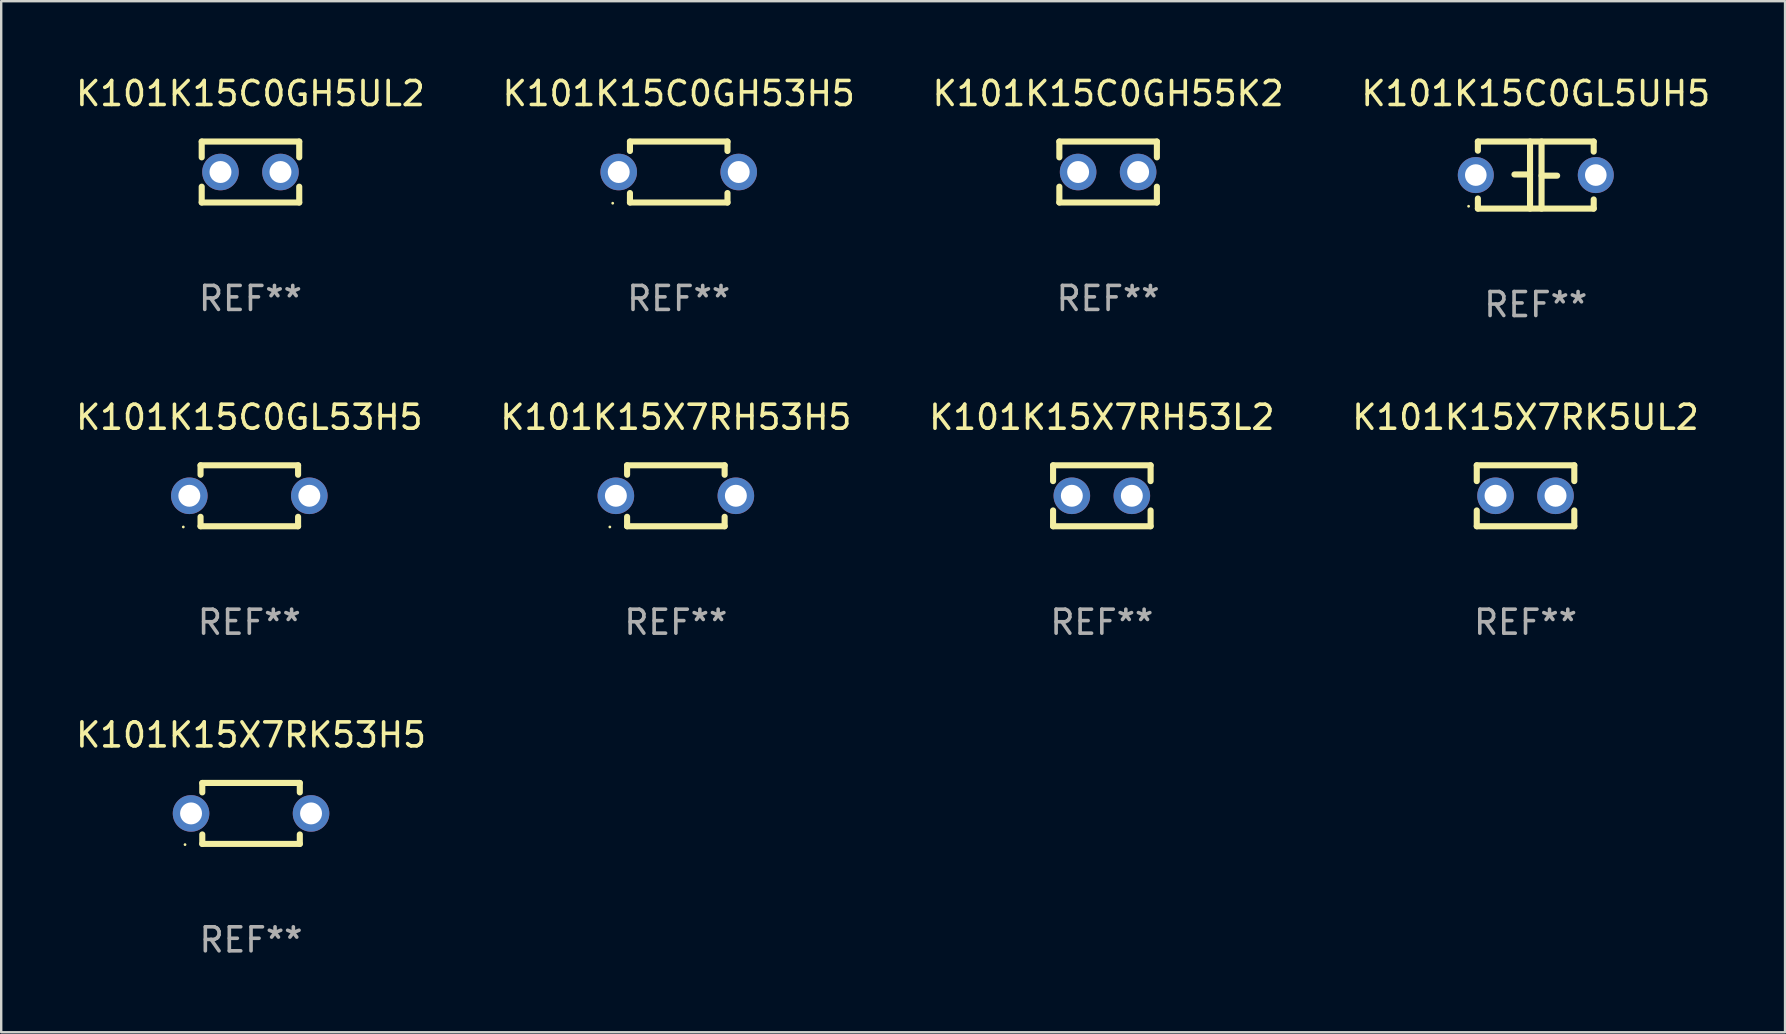
<source format=kicad_pcb>
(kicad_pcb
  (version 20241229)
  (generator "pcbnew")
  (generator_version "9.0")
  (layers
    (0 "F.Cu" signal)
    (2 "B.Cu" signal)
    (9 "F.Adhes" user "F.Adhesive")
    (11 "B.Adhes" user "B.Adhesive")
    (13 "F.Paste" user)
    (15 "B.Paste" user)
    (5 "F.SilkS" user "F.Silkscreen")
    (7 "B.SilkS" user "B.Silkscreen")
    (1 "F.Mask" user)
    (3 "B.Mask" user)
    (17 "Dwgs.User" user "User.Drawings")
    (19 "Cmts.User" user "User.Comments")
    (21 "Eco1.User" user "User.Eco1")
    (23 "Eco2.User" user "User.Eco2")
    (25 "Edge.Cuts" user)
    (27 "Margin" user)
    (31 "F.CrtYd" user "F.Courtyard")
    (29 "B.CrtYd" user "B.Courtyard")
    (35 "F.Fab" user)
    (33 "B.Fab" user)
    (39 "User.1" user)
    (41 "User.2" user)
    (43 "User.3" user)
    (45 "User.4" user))
  (footprint "K101K15C0GH5UL2"
    (layer "F.Cu")
    (at 7.387 4.118)
    (property "Reference" "K101K15C0GH5UL2" (at 0 -3.27 0) (layer "F.SilkS") (effects (font (size 1 1) (thickness 0.15))))
    (attr through_hole)
    (fp_line (start -2.032 -1.27) (end -2.032 -0.611) (stroke (width 0.254) (type solid)) (layer "F.SilkS"))
    (fp_line (start -2.032 0.611) (end -2.032 1.27) (stroke (width 0.254) (type solid)) (layer "F.SilkS"))
    (fp_line (start -2.032 1.27) (end 2.032 1.27) (stroke (width 0.254) (type solid)) (layer "F.SilkS"))
    (fp_line (start 2.032 -1.27) (end -2.032 -1.27) (stroke (width 0.254) (type solid)) (layer "F.SilkS"))
    (fp_line (start 2.032 -0.611) (end 2.032 -1.27) (stroke (width 0.254) (type solid)) (layer "F.SilkS"))
    (fp_line (start 2.032 1.27) (end 2.032 0.611) (stroke (width 0.254) (type solid)) (layer "F.SilkS"))
    (fp_circle (center -2 1.3) (end -1.97 1.3) (stroke (width 0.06) (type solid)) (fill no) (layer "F.SilkS"))
    (fp_text user "REF**" (at 0 5.27 0) (layer "F.Fab") (effects (font (size 1 1) (thickness 0.15))))
    (pad "1" thru_hole circle (at -1.25 0) (size 1.524 1.524) (drill 0.914) (layers "*.Cu" "*.Mask"))
    (pad "2" thru_hole circle (at 1.25 0) (size 1.524 1.524) (drill 0.914) (layers "*.Cu" "*.Mask")))
  (footprint "K101K15C0GL53H5"
    (layer "F.Cu")
    (at 7.339 17.609)
    (property "Reference" "K101K15C0GL53H5" (at 0 -3.27 0) (layer "F.SilkS") (effects (font (size 1 1) (thickness 0.15))))
    (attr through_hole)
    (fp_line (start -2.032 -1.27) (end -2.032 -0.876) (stroke (width 0.254) (type solid)) (layer "F.SilkS"))
    (fp_line (start -2.032 0.876) (end -2.032 1.27) (stroke (width 0.254) (type solid)) (layer "F.SilkS"))
    (fp_line (start -2.032 1.27) (end 2.032 1.27) (stroke (width 0.254) (type solid)) (layer "F.SilkS"))
    (fp_line (start 2.032 -1.27) (end -2.032 -1.27) (stroke (width 0.254) (type solid)) (layer "F.SilkS"))
    (fp_line (start 2.032 -0.876) (end 2.032 -1.27) (stroke (width 0.254) (type solid)) (layer "F.SilkS"))
    (fp_line (start 2.032 1.27) (end 2.032 0.876) (stroke (width 0.254) (type solid)) (layer "F.SilkS"))
    (fp_circle (center -2.751 1.3) (end -2.721 1.3) (stroke (width 0.06) (type solid)) (fill no) (layer "F.SilkS"))
    (fp_text user "REF**" (at 0 5.27 0) (layer "F.Fab") (effects (font (size 1 1) (thickness 0.15))))
    (pad "1" thru_hole circle (at -2.5 0) (size 1.524 1.524) (drill 0.914) (layers "*.Cu" "*.Mask"))
    (pad "2" thru_hole circle (at 2.5 0) (size 1.524 1.524) (drill 0.914) (layers "*.Cu" "*.Mask")))
  (footprint "K101K15X7RK53H5"
    (layer "F.Cu")
    (at 7.411 30.845)
    (property "Reference" "K101K15X7RK53H5" (at 0 -3.27 0) (layer "F.SilkS") (effects (font (size 1 1) (thickness 0.15))))
    (attr through_hole)
    (fp_line (start -2.032 -1.27) (end -2.032 -0.876) (stroke (width 0.254) (type solid)) (layer "F.SilkS"))
    (fp_line (start -2.032 0.876) (end -2.032 1.27) (stroke (width 0.254) (type solid)) (layer "F.SilkS"))
    (fp_line (start -2.032 1.27) (end 2.032 1.27) (stroke (width 0.254) (type solid)) (layer "F.SilkS"))
    (fp_line (start 2.032 -1.27) (end -2.032 -1.27) (stroke (width 0.254) (type solid)) (layer "F.SilkS"))
    (fp_line (start 2.032 -0.876) (end 2.032 -1.27) (stroke (width 0.254) (type solid)) (layer "F.SilkS"))
    (fp_line (start 2.032 1.27) (end 2.032 0.876) (stroke (width 0.254) (type solid)) (layer "F.SilkS"))
    (fp_circle (center -2.751 1.3) (end -2.721 1.3) (stroke (width 0.06) (type solid)) (fill no) (layer "F.SilkS"))
    (fp_text user "REF**" (at 0 5.27 0) (layer "F.Fab") (effects (font (size 1 1) (thickness 0.15))))
    (pad "1" thru_hole circle (at -2.5 0) (size 1.524 1.524) (drill 0.914) (layers "*.Cu" "*.Mask"))
    (pad "2" thru_hole circle (at 2.5 0) (size 1.524 1.524) (drill 0.914) (layers "*.Cu" "*.Mask")))
  (footprint "K101K15X7RK5UL2"
    (layer "F.Cu")
    (at 60.518 17.609)
    (property "Reference" "K101K15X7RK5UL2" (at 0 -3.27 0) (layer "F.SilkS") (effects (font (size 1 1) (thickness 0.15))))
    (attr through_hole)
    (fp_line (start -2.032 -1.27) (end -2.032 -0.611) (stroke (width 0.254) (type solid)) (layer "F.SilkS"))
    (fp_line (start -2.032 0.611) (end -2.032 1.27) (stroke (width 0.254) (type solid)) (layer "F.SilkS"))
    (fp_line (start -2.032 1.27) (end 2.032 1.27) (stroke (width 0.254) (type solid)) (layer "F.SilkS"))
    (fp_line (start 2.032 -1.27) (end -2.032 -1.27) (stroke (width 0.254) (type solid)) (layer "F.SilkS"))
    (fp_line (start 2.032 -0.611) (end 2.032 -1.27) (stroke (width 0.254) (type solid)) (layer "F.SilkS"))
    (fp_line (start 2.032 1.27) (end 2.032 0.611) (stroke (width 0.254) (type solid)) (layer "F.SilkS"))
    (fp_circle (center -2 1.3) (end -1.97 1.3) (stroke (width 0.06) (type solid)) (fill no) (layer "F.SilkS"))
    (fp_text user "REF**" (at 0 5.27 0) (layer "F.Fab") (effects (font (size 1 1) (thickness 0.15))))
    (pad "1" thru_hole circle (at -1.25 0) (size 1.524 1.524) (drill 0.914) (layers "*.Cu" "*.Mask"))
    (pad "2" thru_hole circle (at 1.25 0) (size 1.524 1.524) (drill 0.914) (layers "*.Cu" "*.Mask")))
  (footprint "K101K15C0GH53H5"
    (layer "F.Cu")
    (at 25.232 4.118)
    (property "Reference" "K101K15C0GH53H5" (at 0 -3.27 0) (layer "F.SilkS") (effects (font (size 1 1) (thickness 0.15))))
    (attr through_hole)
    (fp_line (start -2.032 -1.27) (end -2.032 -0.876) (stroke (width 0.254) (type solid)) (layer "F.SilkS"))
    (fp_line (start -2.032 0.876) (end -2.032 1.27) (stroke (width 0.254) (type solid)) (layer "F.SilkS"))
    (fp_line (start -2.032 1.27) (end 2.032 1.27) (stroke (width 0.254) (type solid)) (layer "F.SilkS"))
    (fp_line (start 2.032 -1.27) (end -2.032 -1.27) (stroke (width 0.254) (type solid)) (layer "F.SilkS"))
    (fp_line (start 2.032 -0.876) (end 2.032 -1.27) (stroke (width 0.254) (type solid)) (layer "F.SilkS"))
    (fp_line (start 2.032 1.27) (end 2.032 0.876) (stroke (width 0.254) (type solid)) (layer "F.SilkS"))
    (fp_circle (center -2.751 1.3) (end -2.721 1.3) (stroke (width 0.06) (type solid)) (fill no) (layer "F.SilkS"))
    (fp_text user "REF**" (at 0 5.27 0) (layer "F.Fab") (effects (font (size 1 1) (thickness 0.15))))
    (pad "1" thru_hole circle (at -2.5 0) (size 1.524 1.524) (drill 0.914) (layers "*.Cu" "*.Mask"))
    (pad "2" thru_hole circle (at 2.5 0) (size 1.524 1.524) (drill 0.914) (layers "*.Cu" "*.Mask")))
  (footprint "K101K15C0GL5UH5"
    (layer "F.Cu")
    (at 60.946 4.245)
    (property "Reference" "K101K15C0GL5UH5" (at 0 -3.397 0) (layer "F.SilkS") (effects (font (size 1 1) (thickness 0.15))))
    (attr through_hole)
    (fp_line (start -2.413 -1.397) (end 2.413 -1.397) (stroke (width 0.254) (type solid)) (layer "F.SilkS"))
    (fp_line (start -2.413 -1.016) (end -2.413 -1.397) (stroke (width 0.254) (type solid)) (layer "F.SilkS"))
    (fp_line (start -2.413 0.977) (end -2.413 1.397) (stroke (width 0.254) (type solid)) (layer "F.SilkS"))
    (fp_line (start -0.24 -0.025) (end -0.889 -0.025) (stroke (width 0.254) (type solid)) (layer "F.SilkS"))
    (fp_line (start -0.24 1.397) (end -0.24 -1.397) (stroke (width 0.254) (type solid)) (layer "F.SilkS"))
    (fp_line (start 0.24 -1.397) (end 0.24 1.397) (stroke (width 0.254) (type solid)) (layer "F.SilkS"))
    (fp_line (start 0.24 0.025) (end 0.889 0.025) (stroke (width 0.254) (type solid)) (layer "F.SilkS"))
    (fp_line (start 2.413 -0.977) (end 2.413 -1.397) (stroke (width 0.254) (type solid)) (layer "F.SilkS"))
    (fp_line (start 2.413 1.016) (end 2.413 1.397) (stroke (width 0.254) (type solid)) (layer "F.SilkS"))
    (fp_line (start 2.413 1.397) (end -2.413 1.397) (stroke (width 0.254) (type solid)) (layer "F.SilkS"))
    (fp_circle (center -2.8 1.3) (end -2.77 1.3) (stroke (width 0.06) (type solid)) (fill no) (layer "F.SilkS"))
    (fp_text user "REF**" (at 0 5.397 0) (layer "F.Fab") (effects (font (size 1 1) (thickness 0.15))))
    (pad "1" thru_hole circle (at -2.5 0) (size 1.5 1.5) (drill 0.9) (layers "*.Cu" "*.Mask"))
    (pad "2" thru_hole circle (at 2.5 0) (size 1.5 1.5) (drill 0.9) (layers "*.Cu" "*.Mask")))
  (footprint "K101K15X7RH53L2"
    (layer "F.Cu")
    (at 42.863 17.609)
    (property "Reference" "K101K15X7RH53L2" (at 0 -3.27 0) (layer "F.SilkS") (effects (font (size 1 1) (thickness 0.15))))
    (attr through_hole)
    (fp_line (start -2.032 -1.27) (end -2.032 -0.611) (stroke (width 0.254) (type solid)) (layer "F.SilkS"))
    (fp_line (start -2.032 0.611) (end -2.032 1.27) (stroke (width 0.254) (type solid)) (layer "F.SilkS"))
    (fp_line (start -2.032 1.27) (end 2.032 1.27) (stroke (width 0.254) (type solid)) (layer "F.SilkS"))
    (fp_line (start 2.032 -1.27) (end -2.032 -1.27) (stroke (width 0.254) (type solid)) (layer "F.SilkS"))
    (fp_line (start 2.032 -0.611) (end 2.032 -1.27) (stroke (width 0.254) (type solid)) (layer "F.SilkS"))
    (fp_line (start 2.032 1.27) (end 2.032 0.611) (stroke (width 0.254) (type solid)) (layer "F.SilkS"))
    (fp_circle (center -2 1.3) (end -1.97 1.3) (stroke (width 0.06) (type solid)) (fill no) (layer "F.SilkS"))
    (fp_text user "REF**" (at 0 5.27 0) (layer "F.Fab") (effects (font (size 1 1) (thickness 0.15))))
    (pad "1" thru_hole circle (at -1.25 0) (size 1.524 1.524) (drill 0.914) (layers "*.Cu" "*.Mask"))
    (pad "2" thru_hole circle (at 1.25 0) (size 1.524 1.524) (drill 0.914) (layers "*.Cu" "*.Mask")))
  (footprint "K101K15C0GH55K2"
    (layer "F.Cu")
    (at 43.125 4.118)
    (property "Reference" "K101K15C0GH55K2" (at 0 -3.27 0) (layer "F.SilkS") (effects (font (size 1 1) (thickness 0.15))))
    (attr through_hole)
    (fp_line (start -2.032 -1.27) (end -2.032 -0.611) (stroke (width 0.254) (type solid)) (layer "F.SilkS"))
    (fp_line (start -2.032 0.611) (end -2.032 1.27) (stroke (width 0.254) (type solid)) (layer "F.SilkS"))
    (fp_line (start -2.032 1.27) (end 2.032 1.27) (stroke (width 0.254) (type solid)) (layer "F.SilkS"))
    (fp_line (start 2.032 -1.27) (end -2.032 -1.27) (stroke (width 0.254) (type solid)) (layer "F.SilkS"))
    (fp_line (start 2.032 -0.611) (end 2.032 -1.27) (stroke (width 0.254) (type solid)) (layer "F.SilkS"))
    (fp_line (start 2.032 1.27) (end 2.032 0.611) (stroke (width 0.254) (type solid)) (layer "F.SilkS"))
    (fp_circle (center -2 1.3) (end -1.97 1.3) (stroke (width 0.06) (type solid)) (fill no) (layer "F.SilkS"))
    (fp_text user "REF**" (at 0 5.27 0) (layer "F.Fab") (effects (font (size 1 1) (thickness 0.15))))
    (pad "1" thru_hole circle (at -1.25 0) (size 1.524 1.524) (drill 0.914) (layers "*.Cu" "*.Mask"))
    (pad "2" thru_hole circle (at 1.25 0) (size 1.524 1.524) (drill 0.914) (layers "*.Cu" "*.Mask")))
  (footprint "K101K15X7RH53H5"
    (layer "F.Cu")
    (at 25.113 17.609)
    (property "Reference" "K101K15X7RH53H5" (at 0 -3.27 0) (layer "F.SilkS") (effects (font (size 1 1) (thickness 0.15))))
    (attr through_hole)
    (fp_line (start -2.032 -1.27) (end -2.032 -0.876) (stroke (width 0.254) (type solid)) (layer "F.SilkS"))
    (fp_line (start -2.032 0.876) (end -2.032 1.27) (stroke (width 0.254) (type solid)) (layer "F.SilkS"))
    (fp_line (start -2.032 1.27) (end 2.032 1.27) (stroke (width 0.254) (type solid)) (layer "F.SilkS"))
    (fp_line (start 2.032 -1.27) (end -2.032 -1.27) (stroke (width 0.254) (type solid)) (layer "F.SilkS"))
    (fp_line (start 2.032 -0.876) (end 2.032 -1.27) (stroke (width 0.254) (type solid)) (layer "F.SilkS"))
    (fp_line (start 2.032 1.27) (end 2.032 0.876) (stroke (width 0.254) (type solid)) (layer "F.SilkS"))
    (fp_circle (center -2.751 1.3) (end -2.721 1.3) (stroke (width 0.06) (type solid)) (fill no) (layer "F.SilkS"))
    (fp_text user "REF**" (at 0 5.27 0) (layer "F.Fab") (effects (font (size 1 1) (thickness 0.15))))
    (pad "1" thru_hole circle (at -2.5 0) (size 1.524 1.524) (drill 0.914) (layers "*.Cu" "*.Mask"))
    (pad "2" thru_hole circle (at 2.5 0) (size 1.524 1.524) (drill 0.914) (layers "*.Cu" "*.Mask")))
  (gr_rect
    (start -3 -3)
    (end 71.333 39.964)
    (stroke (width 0.1) (type default))
    (fill no)
    (layer "Edge.Cuts")))
</source>
